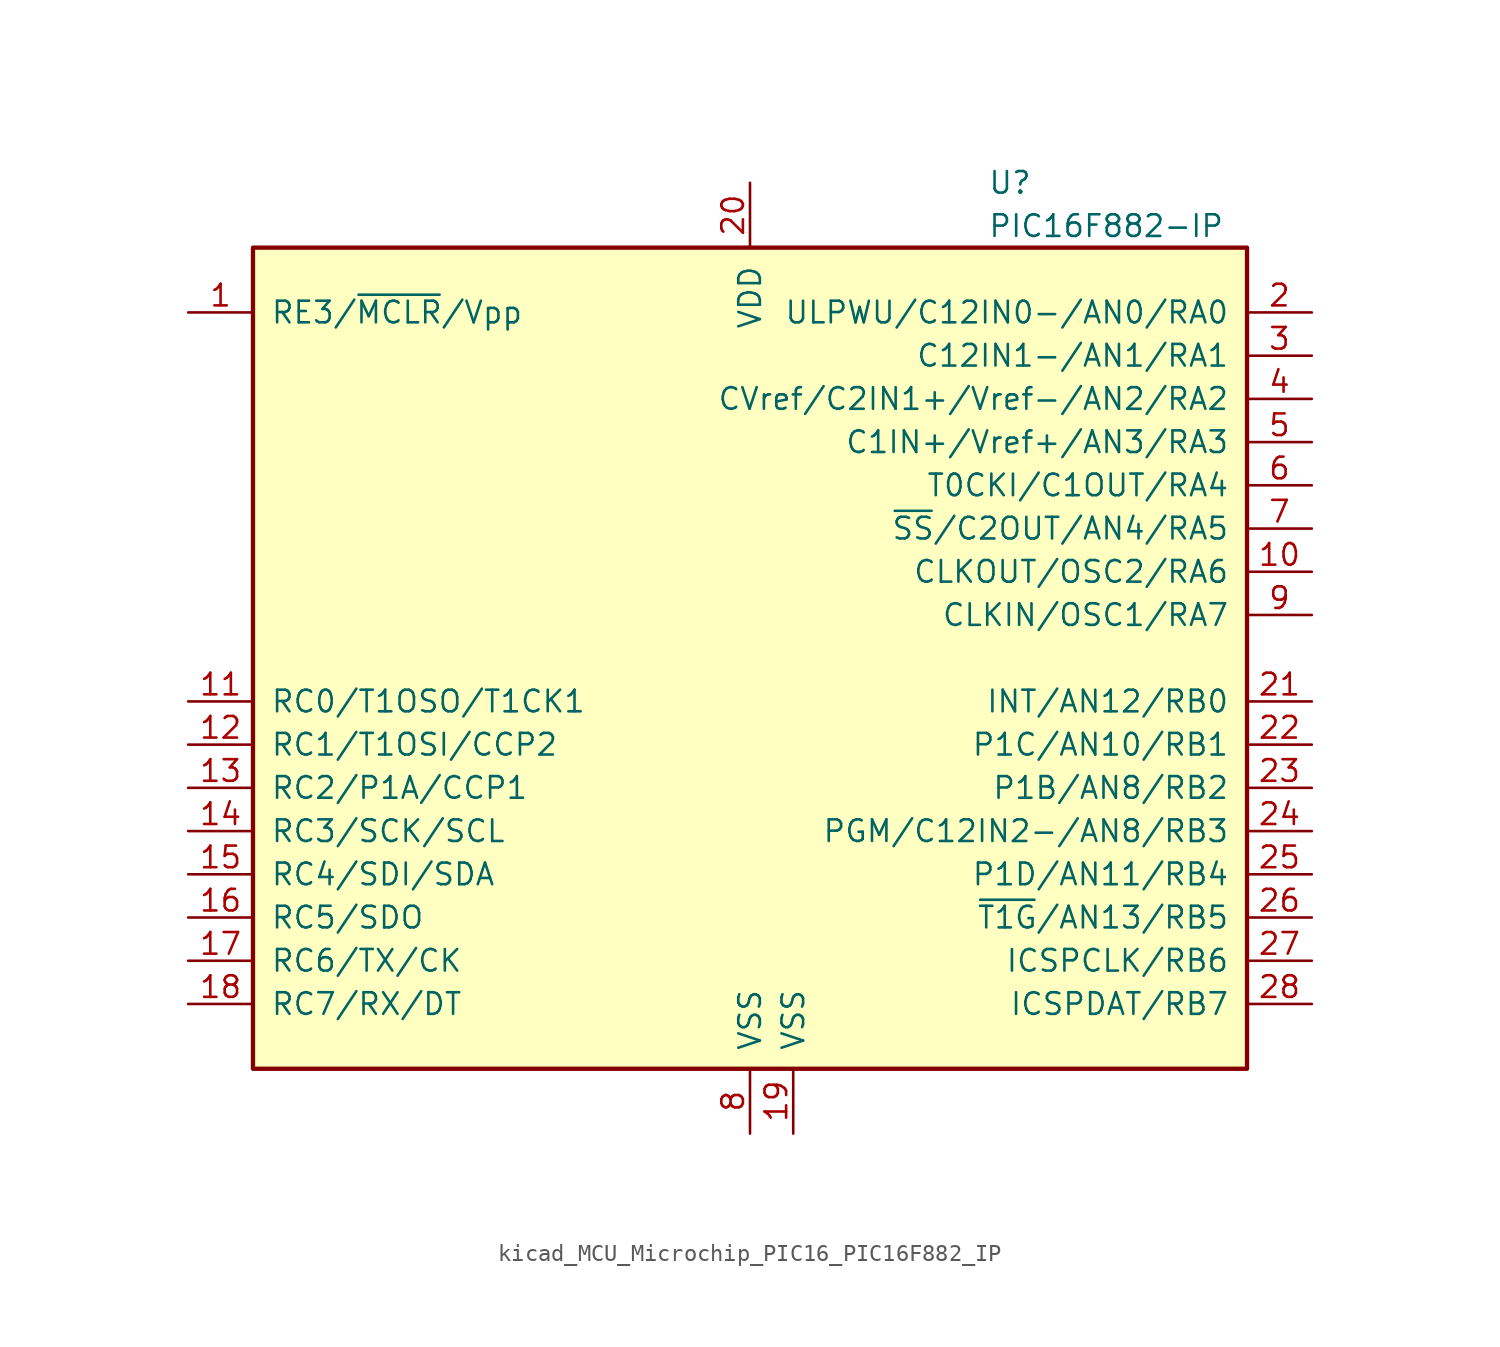
<source format=kicad_sym>
(kicad_symbol_lib
  (version 20220914)
  (generator kicad_symbol_editor)
  (symbol "kicad_MCU_Microchip_PIC16_PIC16F882_IP"
    (pin_names
      (offset 1.016))
    (property "Reference" "U"
      (at 13.97 27.94 0)
      (effects (font (size 1.27 1.27)) (justify left)))
    (property "Value" "PIC16F882-IP"
      (at 13.97 25.4 0)
      (effects (font (size 1.27 1.27)) (justify left)))
    (symbol "kicad_MCU_Microchip_PIC16_PIC16F882_IP_0_1"
      (rectangle (start -29.21 24.13) (end 29.21 -24.13) (stroke (width 0.254) (type default)) (fill (type background))))
    (symbol "kicad_MCU_Microchip_PIC16_PIC16F882_IP_1_1"
      (pin bidirectional line (at -33.02 20.32 0) (length 3.81) (name "RE3/~{MCLR}/Vpp" (effects (font (size 1.27 1.27)))) (number "1" (effects (font (size 1.27 1.27)))))
      (pin bidirectional line (at 33.02 5.08 180) (length 3.81) (name "CLKOUT/OSC2/RA6" (effects (font (size 1.27 1.27)))) (number "10" (effects (font (size 1.27 1.27)))))
      (pin bidirectional line (at -33.02 -2.54 0) (length 3.81) (name "RC0/T1OSO/T1CK1" (effects (font (size 1.27 1.27)))) (number "11" (effects (font (size 1.27 1.27)))))
      (pin bidirectional line (at -33.02 -5.08 0) (length 3.81) (name "RC1/T1OSI/CCP2" (effects (font (size 1.27 1.27)))) (number "12" (effects (font (size 1.27 1.27)))))
      (pin bidirectional line (at -33.02 -7.62 0) (length 3.81) (name "RC2/P1A/CCP1" (effects (font (size 1.27 1.27)))) (number "13" (effects (font (size 1.27 1.27)))))
      (pin bidirectional line (at -33.02 -10.16 0) (length 3.81) (name "RC3/SCK/SCL" (effects (font (size 1.27 1.27)))) (number "14" (effects (font (size 1.27 1.27)))))
      (pin bidirectional line (at -33.02 -12.7 0) (length 3.81) (name "RC4/SDI/SDA" (effects (font (size 1.27 1.27)))) (number "15" (effects (font (size 1.27 1.27)))))
      (pin bidirectional line (at -33.02 -15.24 0) (length 3.81) (name "RC5/SDO" (effects (font (size 1.27 1.27)))) (number "16" (effects (font (size 1.27 1.27)))))
      (pin bidirectional line (at -33.02 -17.78 0) (length 3.81) (name "RC6/TX/CK" (effects (font (size 1.27 1.27)))) (number "17" (effects (font (size 1.27 1.27)))))
      (pin bidirectional line (at -33.02 -20.32 0) (length 3.81) (name "RC7/RX/DT" (effects (font (size 1.27 1.27)))) (number "18" (effects (font (size 1.27 1.27)))))
      (pin power_in line (at 2.54 -27.94 90) (length 3.81) (name "VSS" (effects (font (size 1.27 1.27)))) (number "19" (effects (font (size 1.27 1.27)))))
      (pin bidirectional line (at 33.02 20.32 180) (length 3.81) (name "ULPWU/C12IN0-/AN0/RA0" (effects (font (size 1.27 1.27)))) (number "2" (effects (font (size 1.27 1.27)))))
      (pin power_in line (at 0 27.94 270) (length 3.81) (name "VDD" (effects (font (size 1.27 1.27)))) (number "20" (effects (font (size 1.27 1.27)))))
      (pin bidirectional line (at 33.02 -2.54 180) (length 3.81) (name "INT/AN12/RB0" (effects (font (size 1.27 1.27)))) (number "21" (effects (font (size 1.27 1.27)))))
      (pin bidirectional line (at 33.02 -5.08 180) (length 3.81) (name "P1C/AN10/RB1" (effects (font (size 1.27 1.27)))) (number "22" (effects (font (size 1.27 1.27)))))
      (pin bidirectional line (at 33.02 -7.62 180) (length 3.81) (name "P1B/AN8/RB2" (effects (font (size 1.27 1.27)))) (number "23" (effects (font (size 1.27 1.27)))))
      (pin bidirectional line (at 33.02 -10.16 180) (length 3.81) (name "PGM/C12IN2-/AN8/RB3" (effects (font (size 1.27 1.27)))) (number "24" (effects (font (size 1.27 1.27)))))
      (pin bidirectional line (at 33.02 -12.7 180) (length 3.81) (name "P1D/AN11/RB4" (effects (font (size 1.27 1.27)))) (number "25" (effects (font (size 1.27 1.27)))))
      (pin bidirectional line (at 33.02 -15.24 180) (length 3.81) (name "~{T1G}/AN13/RB5" (effects (font (size 1.27 1.27)))) (number "26" (effects (font (size 1.27 1.27)))))
      (pin bidirectional line (at 33.02 -17.78 180) (length 3.81) (name "ICSPCLK/RB6" (effects (font (size 1.27 1.27)))) (number "27" (effects (font (size 1.27 1.27)))))
      (pin bidirectional line (at 33.02 -20.32 180) (length 3.81) (name "ICSPDAT/RB7" (effects (font (size 1.27 1.27)))) (number "28" (effects (font (size 1.27 1.27)))))
      (pin bidirectional line (at 33.02 17.78 180) (length 3.81) (name "C12IN1-/AN1/RA1" (effects (font (size 1.27 1.27)))) (number "3" (effects (font (size 1.27 1.27)))))
      (pin bidirectional line (at 33.02 15.24 180) (length 3.81) (name "CVref/C2IN1+/Vref-/AN2/RA2" (effects (font (size 1.27 1.27)))) (number "4" (effects (font (size 1.27 1.27)))))
      (pin bidirectional line (at 33.02 12.7 180) (length 3.81) (name "C1IN+/Vref+/AN3/RA3" (effects (font (size 1.27 1.27)))) (number "5" (effects (font (size 1.27 1.27)))))
      (pin bidirectional line (at 33.02 10.16 180) (length 3.81) (name "T0CKI/C1OUT/RA4" (effects (font (size 1.27 1.27)))) (number "6" (effects (font (size 1.27 1.27)))))
      (pin bidirectional line (at 33.02 7.62 180) (length 3.81) (name "~{SS}/C2OUT/AN4/RA5" (effects (font (size 1.27 1.27)))) (number "7" (effects (font (size 1.27 1.27)))))
      (pin power_in line (at 0 -27.94 90) (length 3.81) (name "VSS" (effects (font (size 1.27 1.27)))) (number "8" (effects (font (size 1.27 1.27)))))
      (pin input line (at 33.02 2.54 180) (length 3.81) (name "CLKIN/OSC1/RA7" (effects (font (size 1.27 1.27)))) (number "9" (effects (font (size 1.27 1.27))))))))
</source>
